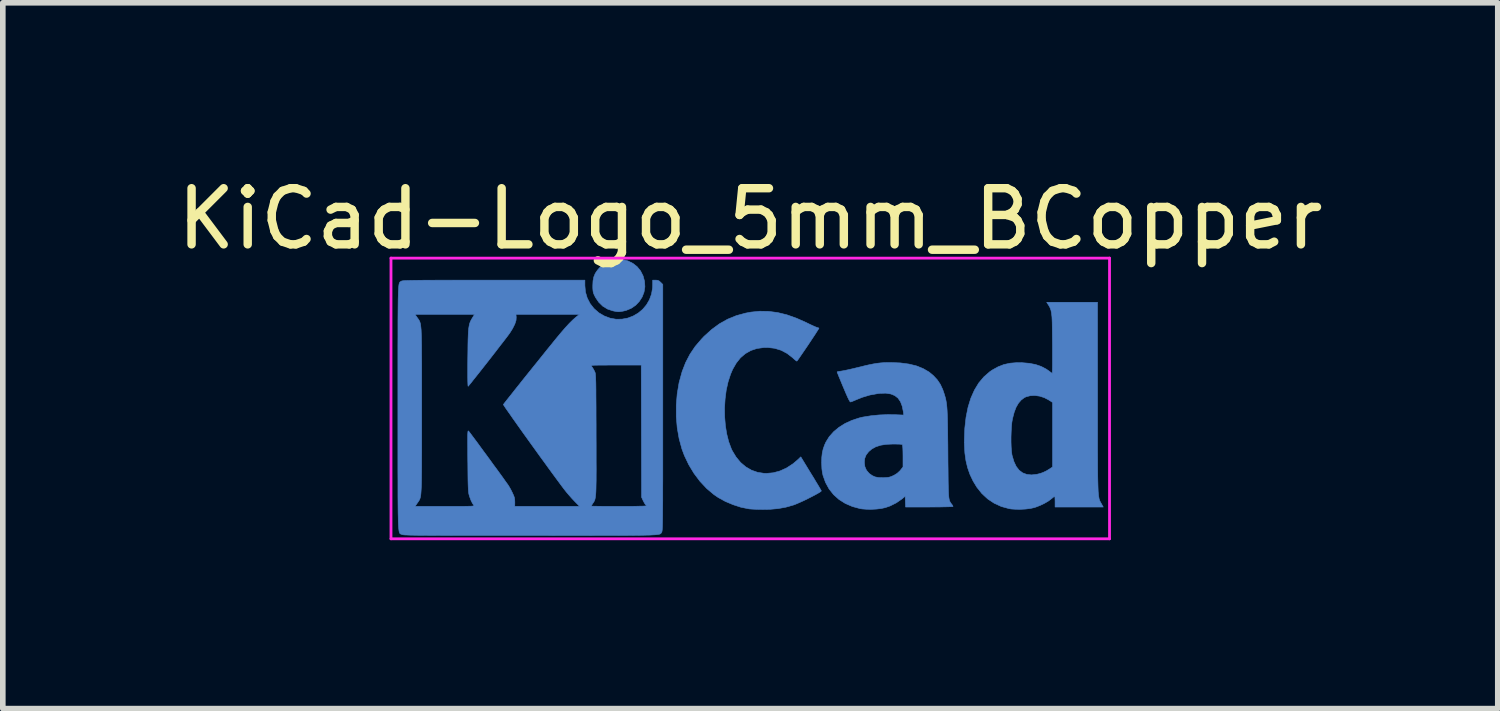
<source format=kicad_pcb>
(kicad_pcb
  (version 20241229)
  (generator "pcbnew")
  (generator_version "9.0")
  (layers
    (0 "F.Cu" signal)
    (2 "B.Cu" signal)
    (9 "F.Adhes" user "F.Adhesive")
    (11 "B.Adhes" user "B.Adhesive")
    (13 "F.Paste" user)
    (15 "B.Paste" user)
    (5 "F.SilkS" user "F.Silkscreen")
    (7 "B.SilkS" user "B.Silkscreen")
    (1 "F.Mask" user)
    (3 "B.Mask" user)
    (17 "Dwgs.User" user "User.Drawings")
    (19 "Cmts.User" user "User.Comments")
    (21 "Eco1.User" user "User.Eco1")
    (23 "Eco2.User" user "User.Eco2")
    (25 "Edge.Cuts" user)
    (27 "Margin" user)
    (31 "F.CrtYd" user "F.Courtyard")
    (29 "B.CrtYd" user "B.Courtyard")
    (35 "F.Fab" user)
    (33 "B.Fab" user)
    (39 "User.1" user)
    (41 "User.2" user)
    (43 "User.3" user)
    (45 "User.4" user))
  (footprint "KiCad-Logo_5mm_BCopper"
    (layer "F.Cu")
    (at 10.315 4.548)
    (property "Reference" "KiCad-Logo_5mm_BCopper" (at 0 -3.7 0) (layer "F.SilkS") (effects (font (size 1 1) (thickness 0.15))))
    (attr exclude_from_pos_files exclude_from_bom)
    (fp_poly (pts (xy -2.273 -2.973) (xy -2.177 -2.949) (xy -2.09 -2.906) (xy -2.015 -2.847) (xy -1.954 -2.772) (xy -1.909 -2.683) (xy -1.883 -2.586) (xy -1.877 -2.489) (xy -1.892 -2.395) (xy -1.926 -2.307) (xy -1.977 -2.228) (xy -2.042 -2.16) (xy -2.121 -2.106) (xy -2.212 -2.068) (xy -2.263 -2.056) (xy -2.308 -2.048) (xy -2.342 -2.045) (xy -2.375 -2.047) (xy -2.415 -2.054) (xy -2.449 -2.061) (xy -2.542 -2.092) (xy -2.626 -2.143) (xy -2.698 -2.213) (xy -2.756 -2.298) (xy -2.77 -2.326) (xy -2.787 -2.362) (xy -2.797 -2.392) (xy -2.802 -2.425) (xy -2.805 -2.466) (xy -2.805 -2.512) (xy -2.801 -2.596) (xy -2.787 -2.665) (xy -2.762 -2.726) (xy -2.723 -2.784) (xy -2.684 -2.829) (xy -2.612 -2.895) (xy -2.537 -2.94) (xy -2.455 -2.967) (xy -2.377 -2.977) (xy -2.273 -2.973)) (stroke (width 0.01) (type solid)) (fill yes) (layer "B.Cu"))
    (fp_poly (pts (xy 0.328 -2.051) (xy 0.489 -2.03) (xy 0.653 -1.99) (xy 0.822 -1.93) (xy 1 -1.851) (xy 1.011 -1.845) (xy 1.069 -1.817) (xy 1.121 -1.793) (xy 1.162 -1.775) (xy 1.19 -1.764) (xy 1.2 -1.761) (xy 1.219 -1.756) (xy 1.224 -1.752) (xy 1.218 -1.741) (xy 1.202 -1.715) (xy 1.177 -1.676) (xy 1.145 -1.626) (xy 1.107 -1.569) (xy 1.066 -1.507) (xy 1.023 -1.442) (xy 0.98 -1.379) (xy 0.939 -1.319) (xy 0.902 -1.265) (xy 0.871 -1.22) (xy 0.847 -1.186) (xy 0.832 -1.167) (xy 0.83 -1.165) (xy 0.82 -1.17) (xy 0.798 -1.187) (xy 0.767 -1.214) (xy 0.752 -1.228) (xy 0.655 -1.303) (xy 0.548 -1.359) (xy 0.433 -1.394) (xy 0.31 -1.408) (xy 0.241 -1.407) (xy 0.119 -1.39) (xy 0.01 -1.354) (xy -0.087 -1.299) (xy -0.174 -1.225) (xy -0.249 -1.131) (xy -0.314 -1.018) (xy -0.351 -0.931) (xy -0.395 -0.796) (xy -0.428 -0.648) (xy -0.448 -0.493) (xy -0.458 -0.333) (xy -0.456 -0.173) (xy -0.443 -0.016) (xy -0.419 0.133) (xy -0.384 0.271) (xy -0.338 0.395) (xy -0.322 0.429) (xy -0.253 0.543) (xy -0.173 0.64) (xy -0.081 0.718) (xy 0.02 0.777) (xy 0.13 0.816) (xy 0.247 0.834) (xy 0.289 0.835) (xy 0.41 0.824) (xy 0.531 0.791) (xy 0.649 0.737) (xy 0.762 0.663) (xy 0.854 0.585) (xy 0.9 0.54) (xy 1.081 0.837) (xy 1.127 0.911) (xy 1.168 0.98) (xy 1.204 1.039) (xy 1.233 1.088) (xy 1.254 1.124) (xy 1.265 1.144) (xy 1.266 1.147) (xy 1.258 1.157) (xy 1.233 1.174) (xy 1.193 1.197) (xy 1.142 1.225) (xy 1.084 1.255) (xy 1.021 1.287) (xy 0.958 1.318) (xy 0.896 1.346) (xy 0.839 1.371) (xy 0.791 1.391) (xy 0.768 1.399) (xy 0.634 1.437) (xy 0.496 1.462) (xy 0.349 1.475) (xy 0.222 1.477) (xy 0.154 1.476) (xy 0.088 1.474) (xy 0.031 1.471) (xy -0.013 1.468) (xy -0.027 1.466) (xy -0.166 1.438) (xy -0.307 1.392) (xy -0.445 1.334) (xy -0.572 1.264) (xy -0.649 1.211) (xy -0.777 1.103) (xy -0.895 0.977) (xy -1.002 0.835) (xy -1.095 0.681) (xy -1.173 0.518) (xy -1.217 0.401) (xy -1.267 0.217) (xy -1.301 0.023) (xy -1.318 -0.179) (xy -1.318 -0.382) (xy -1.301 -0.584) (xy -1.268 -0.781) (xy -1.217 -0.967) (xy -1.214 -0.978) (xy -1.151 -1.14) (xy -1.074 -1.288) (xy -0.981 -1.426) (xy -0.868 -1.558) (xy -0.825 -1.604) (xy -0.688 -1.728) (xy -0.549 -1.83) (xy -0.403 -1.912) (xy -0.249 -1.975) (xy -0.084 -2.02) (xy 0.011 -2.038) (xy 0.17 -2.054) (xy 0.328 -2.051)) (stroke (width 0.01) (type solid)) (fill yes) (layer "B.Cu"))
    (fp_poly (pts (xy 6.187 -0.528) (xy 6.187 -0.293) (xy 6.187 -0.08) (xy 6.187 0.112) (xy 6.187 0.285) (xy 6.187 0.441) (xy 6.188 0.579) (xy 6.188 0.701) (xy 6.189 0.808) (xy 6.19 0.901) (xy 6.192 0.982) (xy 6.194 1.051) (xy 6.196 1.11) (xy 6.198 1.159) (xy 6.202 1.2) (xy 6.205 1.234) (xy 6.21 1.262) (xy 6.214 1.285) (xy 6.22 1.304) (xy 6.226 1.321) (xy 6.233 1.335) (xy 6.24 1.349) (xy 6.249 1.364) (xy 6.254 1.373) (xy 6.288 1.434) (xy 5.43 1.434) (xy 5.43 1.338) (xy 5.429 1.294) (xy 5.427 1.261) (xy 5.424 1.243) (xy 5.423 1.242) (xy 5.412 1.249) (xy 5.389 1.267) (xy 5.366 1.286) (xy 5.312 1.327) (xy 5.242 1.368) (xy 5.165 1.405) (xy 5.088 1.435) (xy 5.057 1.445) (xy 4.989 1.46) (xy 4.906 1.47) (xy 4.816 1.475) (xy 4.728 1.474) (xy 4.649 1.469) (xy 4.612 1.463) (xy 4.473 1.425) (xy 4.346 1.367) (xy 4.23 1.29) (xy 4.127 1.195) (xy 4.036 1.081) (xy 3.969 0.97) (xy 3.914 0.854) (xy 3.872 0.734) (xy 3.842 0.608) (xy 3.823 0.472) (xy 3.815 0.32) (xy 3.814 0.243) (xy 3.816 0.186) (xy 4.645 0.186) (xy 4.645 0.279) (xy 4.648 0.367) (xy 4.654 0.444) (xy 4.662 0.505) (xy 4.665 0.517) (xy 4.697 0.625) (xy 4.738 0.712) (xy 4.79 0.779) (xy 4.853 0.826) (xy 4.926 0.853) (xy 5.011 0.862) (xy 5.107 0.851) (xy 5.17 0.835) (xy 5.219 0.817) (xy 5.274 0.791) (xy 5.314 0.767) (xy 5.385 0.721) (xy 5.385 -0.429) (xy 5.317 -0.473) (xy 5.239 -0.514) (xy 5.155 -0.541) (xy 5.07 -0.553) (xy 4.988 -0.549) (xy 4.915 -0.53) (xy 4.883 -0.515) (xy 4.826 -0.472) (xy 4.777 -0.415) (xy 4.735 -0.342) (xy 4.701 -0.252) (xy 4.672 -0.141) (xy 4.671 -0.135) (xy 4.66 -0.073) (xy 4.653 0.005) (xy 4.648 0.093) (xy 4.645 0.186) (xy 3.816 0.186) (xy 3.822 0.03) (xy 3.844 -0.166) (xy 3.88 -0.345) (xy 3.93 -0.506) (xy 3.994 -0.65) (xy 4.071 -0.777) (xy 4.163 -0.886) (xy 4.268 -0.977) (xy 4.314 -1.008) (xy 4.415 -1.064) (xy 4.518 -1.104) (xy 4.628 -1.128) (xy 4.749 -1.138) (xy 4.842 -1.137) (xy 4.971 -1.126) (xy 5.084 -1.104) (xy 5.183 -1.07) (xy 5.271 -1.024) (xy 5.32 -0.99) (xy 5.349 -0.968) (xy 5.371 -0.953) (xy 5.379 -0.948) (xy 5.381 -0.959) (xy 5.382 -0.99) (xy 5.383 -1.037) (xy 5.384 -1.1) (xy 5.384 -1.173) (xy 5.384 -1.256) (xy 5.384 -1.344) (xy 5.384 -1.436) (xy 5.383 -1.528) (xy 5.382 -1.618) (xy 5.381 -1.704) (xy 5.38 -1.781) (xy 5.379 -1.848) (xy 5.377 -1.902) (xy 5.375 -1.94) (xy 5.375 -1.947) (xy 5.367 -2.018) (xy 5.356 -2.073) (xy 5.338 -2.12) (xy 5.312 -2.166) (xy 5.305 -2.176) (xy 5.281 -2.213) (xy 6.186 -2.213) (xy 6.187 -0.528)) (stroke (width 0.01) (type solid)) (fill yes) (layer "B.Cu"))
    (fp_poly (pts (xy 2.674 -1.133) (xy 2.825 -1.113) (xy 2.961 -1.08) (xy 3.08 -1.032) (xy 3.185 -0.971) (xy 3.262 -0.907) (xy 3.331 -0.833) (xy 3.385 -0.753) (xy 3.428 -0.661) (xy 3.443 -0.618) (xy 3.456 -0.579) (xy 3.467 -0.543) (xy 3.477 -0.508) (xy 3.485 -0.472) (xy 3.492 -0.433) (xy 3.498 -0.39) (xy 3.503 -0.34) (xy 3.507 -0.283) (xy 3.51 -0.215) (xy 3.513 -0.136) (xy 3.515 -0.043) (xy 3.517 0.066) (xy 3.518 0.192) (xy 3.52 0.337) (xy 3.521 0.48) (xy 3.522 0.636) (xy 3.524 0.771) (xy 3.525 0.887) (xy 3.526 0.986) (xy 3.528 1.068) (xy 3.53 1.136) (xy 3.532 1.192) (xy 3.535 1.236) (xy 3.539 1.271) (xy 3.544 1.299) (xy 3.55 1.321) (xy 3.557 1.338) (xy 3.565 1.352) (xy 3.574 1.366) (xy 3.585 1.38) (xy 3.59 1.385) (xy 3.605 1.408) (xy 3.612 1.423) (xy 3.612 1.424) (xy 3.602 1.426) (xy 3.571 1.428) (xy 3.522 1.43) (xy 3.458 1.431) (xy 3.382 1.433) (xy 3.295 1.433) (xy 3.2 1.434) (xy 3.19 1.434) (xy 2.767 1.434) (xy 2.763 1.338) (xy 2.76 1.242) (xy 2.698 1.293) (xy 2.601 1.36) (xy 2.491 1.415) (xy 2.404 1.445) (xy 2.335 1.46) (xy 2.252 1.47) (xy 2.162 1.475) (xy 2.074 1.474) (xy 1.995 1.468) (xy 1.959 1.463) (xy 1.819 1.425) (xy 1.692 1.37) (xy 1.58 1.299) (xy 1.484 1.213) (xy 1.404 1.112) (xy 1.341 0.997) (xy 1.296 0.871) (xy 1.284 0.814) (xy 1.276 0.752) (xy 1.273 0.677) (xy 1.272 0.643) (xy 1.272 0.64) (xy 2.032 0.64) (xy 2.042 0.715) (xy 2.07 0.779) (xy 2.118 0.835) (xy 2.123 0.839) (xy 2.172 0.874) (xy 2.223 0.897) (xy 2.284 0.909) (xy 2.359 0.911) (xy 2.377 0.911) (xy 2.431 0.908) (xy 2.471 0.903) (xy 2.506 0.893) (xy 2.545 0.876) (xy 2.556 0.871) (xy 2.616 0.835) (xy 2.663 0.792) (xy 2.676 0.777) (xy 2.721 0.72) (xy 2.721 0.525) (xy 2.72 0.446) (xy 2.718 0.388) (xy 2.715 0.349) (xy 2.711 0.327) (xy 2.707 0.32) (xy 2.691 0.317) (xy 2.657 0.314) (xy 2.61 0.313) (xy 2.555 0.312) (xy 2.546 0.312) (xy 2.425 0.317) (xy 2.323 0.333) (xy 2.236 0.361) (xy 2.164 0.401) (xy 2.109 0.448) (xy 2.064 0.506) (xy 2.039 0.569) (xy 2.032 0.64) (xy 1.272 0.64) (xy 1.274 0.55) (xy 1.283 0.471) (xy 1.299 0.4) (xy 1.324 0.329) (xy 1.348 0.276) (xy 1.407 0.181) (xy 1.485 0.093) (xy 1.58 0.014) (xy 1.69 -0.055) (xy 1.813 -0.111) (xy 1.945 -0.154) (xy 2.009 -0.169) (xy 2.146 -0.191) (xy 2.294 -0.206) (xy 2.446 -0.212) (xy 2.572 -0.211) (xy 2.734 -0.204) (xy 2.727 -0.263) (xy 2.707 -0.362) (xy 2.676 -0.443) (xy 2.632 -0.506) (xy 2.575 -0.551) (xy 2.503 -0.58) (xy 2.416 -0.594) (xy 2.313 -0.591) (xy 2.275 -0.587) (xy 2.134 -0.562) (xy 1.997 -0.521) (xy 1.902 -0.483) (xy 1.857 -0.464) (xy 1.819 -0.448) (xy 1.792 -0.439) (xy 1.785 -0.437) (xy 1.775 -0.446) (xy 1.758 -0.475) (xy 1.734 -0.524) (xy 1.703 -0.594) (xy 1.665 -0.684) (xy 1.658 -0.7) (xy 1.628 -0.772) (xy 1.601 -0.838) (xy 1.578 -0.893) (xy 1.561 -0.936) (xy 1.55 -0.963) (xy 1.547 -0.972) (xy 1.557 -0.977) (xy 1.583 -0.982) (xy 1.611 -0.986) (xy 1.642 -0.991) (xy 1.689 -1) (xy 1.751 -1.013) (xy 1.821 -1.029) (xy 1.896 -1.047) (xy 1.925 -1.054) (xy 2.03 -1.08) (xy 2.117 -1.1) (xy 2.192 -1.115) (xy 2.258 -1.126) (xy 2.319 -1.133) (xy 2.381 -1.138) (xy 2.446 -1.14) (xy 2.504 -1.14) (xy 2.674 -1.133)) (stroke (width 0.01) (type solid)) (fill yes) (layer "B.Cu"))
    (fp_poly (pts (xy -2.946 -2.511) (xy -2.936 -2.397) (xy -2.904 -2.289) (xy -2.853 -2.19) (xy -2.784 -2.102) (xy -2.699 -2.027) (xy -2.602 -1.97) (xy -2.496 -1.93) (xy -2.389 -1.911) (xy -2.283 -1.913) (xy -2.181 -1.932) (xy -2.085 -1.969) (xy -1.996 -2.021) (xy -1.917 -2.087) (xy -1.849 -2.167) (xy -1.796 -2.258) (xy -1.759 -2.359) (xy -1.74 -2.47) (xy -1.738 -2.52) (xy -1.738 -2.608) (xy -1.687 -2.608) (xy -1.65 -2.605) (xy -1.623 -2.593) (xy -1.596 -2.569) (xy -1.558 -2.531) (xy -1.558 -0.339) (xy -1.558 -0.077) (xy -1.558 0.163) (xy -1.558 0.383) (xy -1.558 0.583) (xy -1.558 0.764) (xy -1.558 0.928) (xy -1.559 1.074) (xy -1.559 1.205) (xy -1.559 1.32) (xy -1.56 1.421) (xy -1.561 1.509) (xy -1.561 1.585) (xy -1.562 1.65) (xy -1.563 1.704) (xy -1.564 1.749) (xy -1.565 1.786) (xy -1.567 1.815) (xy -1.568 1.837) (xy -1.57 1.854) (xy -1.572 1.866) (xy -1.574 1.874) (xy -1.576 1.88) (xy -1.577 1.882) (xy -1.581 1.889) (xy -1.585 1.895) (xy -1.589 1.901) (xy -1.594 1.906) (xy -1.601 1.911) (xy -1.611 1.916) (xy -1.625 1.92) (xy -1.645 1.923) (xy -1.669 1.926) (xy -1.701 1.929) (xy -1.741 1.931) (xy -1.789 1.934) (xy -1.846 1.935) (xy -1.914 1.937) (xy -1.994 1.938) (xy -2.085 1.939) (xy -2.19 1.94) (xy -2.309 1.94) (xy -2.443 1.941) (xy -2.593 1.941) (xy -2.76 1.941) (xy -2.945 1.942) (xy -3.149 1.942) (xy -3.372 1.942) (xy -3.616 1.941) (xy -3.881 1.941) (xy -3.92 1.941) (xy -4.187 1.941) (xy -4.432 1.941) (xy -4.657 1.941) (xy -4.861 1.941) (xy -5.047 1.941) (xy -5.215 1.941) (xy -5.366 1.94) (xy -5.501 1.94) (xy -5.62 1.939) (xy -5.725 1.939) (xy -5.817 1.938) (xy -5.896 1.938) (xy -5.964 1.937) (xy -6.021 1.936) (xy -6.069 1.935) (xy -6.107 1.933) (xy -6.138 1.932) (xy -6.162 1.931) (xy -6.18 1.929) (xy -6.192 1.927) (xy -6.201 1.925) (xy -6.205 1.923) (xy -6.214 1.92) (xy -6.221 1.917) (xy -6.229 1.915) (xy -6.235 1.911) (xy -6.241 1.906) (xy -6.246 1.897) (xy -6.251 1.885) (xy -6.255 1.869) (xy -6.259 1.846) (xy -6.262 1.818) (xy -6.265 1.781) (xy -6.268 1.737) (xy -6.27 1.683) (xy -6.271 1.618) (xy -6.273 1.543) (xy -6.274 1.455) (xy -6.275 1.354) (xy -6.276 1.239) (xy -6.276 1.11) (xy -6.276 0.964) (xy -6.277 0.802) (xy -6.277 0.621) (xy -6.277 0.422) (xy -6.277 0.204) (xy -6.277 -0.035) (xy -6.277 -0.296) (xy -6.277 -0.338) (xy -6.277 -0.601) (xy -6.277 -0.842) (xy -6.277 -1.063) (xy -6.277 -1.264) (xy -6.277 -1.446) (xy -6.276 -1.61) (xy -6.276 -1.757) (xy -6.276 -1.888) (xy -6.275 -1.998) (xy -5.972 -1.998) (xy -5.932 -1.94) (xy -5.921 -1.925) (xy -5.911 -1.911) (xy -5.902 -1.897) (xy -5.894 -1.883) (xy -5.887 -1.868) (xy -5.881 -1.849) (xy -5.875 -1.826) (xy -5.871 -1.798) (xy -5.867 -1.764) (xy -5.863 -1.722) (xy -5.861 -1.67) (xy -5.858 -1.609) (xy -5.857 -1.537) (xy -5.855 -1.452) (xy -5.855 -1.354) (xy -5.854 -1.24) (xy -5.853 -1.111) (xy -5.853 -0.965) (xy -5.853 -0.8) (xy -5.853 -0.616) (xy -5.853 -0.41) (xy -5.853 -0.288) (xy -5.853 -0.071) (xy -5.853 0.125) (xy -5.853 0.3) (xy -5.853 0.456) (xy -5.854 0.595) (xy -5.854 0.717) (xy -5.855 0.823) (xy -5.856 0.915) (xy -5.857 0.994) (xy -5.859 1.062) (xy -5.862 1.118) (xy -5.865 1.165) (xy -5.868 1.204) (xy -5.872 1.235) (xy -5.877 1.261) (xy -5.883 1.282) (xy -5.89 1.299) (xy -5.897 1.314) (xy -5.906 1.327) (xy -5.915 1.341) (xy -5.925 1.356) (xy -5.932 1.365) (xy -5.97 1.422) (xy -5.439 1.422) (xy -5.315 1.422) (xy -5.213 1.422) (xy -5.129 1.422) (xy -5.063 1.421) (xy -5.012 1.42) (xy -4.974 1.419) (xy -4.948 1.417) (xy -4.932 1.415) (xy -4.923 1.412) (xy -4.921 1.408) (xy -4.923 1.404) (xy -4.925 1.403) (xy -4.95 1.366) (xy -4.976 1.313) (xy -4.999 1.251) (xy -5.007 1.224) (xy -5.012 1.206) (xy -5.016 1.185) (xy -5.019 1.159) (xy -5.022 1.126) (xy -5.024 1.083) (xy -5.026 1.028) (xy -5.028 0.96) (xy -5.029 0.877) (xy -5.03 0.775) (xy -5.031 0.654) (xy -5.032 0.61) (xy -5.033 0.484) (xy -5.033 0.38) (xy -5.034 0.295) (xy -5.034 0.227) (xy -5.034 0.174) (xy -5.033 0.135) (xy -5.031 0.107) (xy -5.029 0.09) (xy -5.027 0.081) (xy -5.023 0.078) (xy -5.019 0.08) (xy -5.015 0.085) (xy -5.004 0.098) (xy -4.982 0.127) (xy -4.95 0.17) (xy -4.909 0.225) (xy -4.861 0.289) (xy -4.808 0.362) (xy -4.751 0.44) (xy -4.691 0.521) (xy -4.631 0.603) (xy -4.572 0.685) (xy -4.514 0.763) (xy -4.461 0.836) (xy -4.413 0.902) (xy -4.373 0.959) (xy -4.341 1.004) (xy -4.318 1.035) (xy -4.314 1.041) (xy -4.291 1.078) (xy -4.264 1.126) (xy -4.239 1.176) (xy -4.236 1.183) (xy -4.214 1.231) (xy -4.201 1.268) (xy -4.196 1.304) (xy -4.194 1.346) (xy -4.195 1.422) (xy -3.041 1.422) (xy -3.132 1.329) (xy -3.179 1.279) (xy -3.229 1.222) (xy -3.275 1.168) (xy -3.295 1.143) (xy -3.326 1.103) (xy -3.366 1.05) (xy -3.414 0.985) (xy -3.47 0.909) (xy -3.532 0.825) (xy -3.599 0.733) (xy -3.669 0.636) (xy -3.743 0.535) (xy -3.817 0.432) (xy -3.892 0.328) (xy -3.966 0.225) (xy -4.038 0.125) (xy -4.106 0.029) (xy -4.17 -0.061) (xy -4.229 -0.144) (xy -4.28 -0.218) (xy -4.324 -0.28) (xy -4.359 -0.33) (xy -4.383 -0.367) (xy -4.396 -0.387) (xy -4.398 -0.391) (xy -4.39 -0.403) (xy -4.369 -0.43) (xy -4.337 -0.471) (xy -4.294 -0.525) (xy -4.243 -0.589) (xy -4.185 -0.663) (xy -4.12 -0.744) (xy -4.051 -0.831) (xy -3.979 -0.921) (xy -3.904 -1.014) (xy -3.845 -1.088) (xy -2.834 -1.088) (xy -2.828 -1.075) (xy -2.813 -1.053) (xy -2.812 -1.052) (xy -2.793 -1.021) (xy -2.774 -0.985) (xy -2.77 -0.976) (xy -2.766 -0.968) (xy -2.763 -0.958) (xy -2.76 -0.945) (xy -2.758 -0.927) (xy -2.756 -0.904) (xy -2.754 -0.873) (xy -2.753 -0.833) (xy -2.751 -0.784) (xy -2.75 -0.723) (xy -2.749 -0.649) (xy -2.749 -0.561) (xy -2.748 -0.457) (xy -2.747 -0.337) (xy -2.747 -0.198) (xy -2.746 -0.039) (xy -2.746 0.14) (xy -2.745 0.325) (xy -2.745 0.489) (xy -2.745 0.633) (xy -2.744 0.759) (xy -2.745 0.868) (xy -2.745 0.961) (xy -2.747 1.04) (xy -2.748 1.106) (xy -2.75 1.161) (xy -2.753 1.206) (xy -2.757 1.242) (xy -2.761 1.271) (xy -2.766 1.295) (xy -2.772 1.313) (xy -2.779 1.329) (xy -2.787 1.344) (xy -2.797 1.358) (xy -2.805 1.37) (xy -2.822 1.396) (xy -2.832 1.414) (xy -2.834 1.417) (xy -2.823 1.418) (xy -2.791 1.419) (xy -2.742 1.42) (xy -2.677 1.421) (xy -2.599 1.422) (xy -2.51 1.422) (xy -2.411 1.422) (xy -2.342 1.422) (xy -2.237 1.422) (xy -2.141 1.422) (xy -2.054 1.421) (xy -1.98 1.419) (xy -1.921 1.418) (xy -1.879 1.416) (xy -1.855 1.414) (xy -1.851 1.412) (xy -1.859 1.398) (xy -1.867 1.39) (xy -1.88 1.372) (xy -1.897 1.342) (xy -1.909 1.318) (xy -1.936 1.259) (xy -1.939 0.082) (xy -1.942 -1.095) (xy -2.388 -1.095) (xy -2.486 -1.095) (xy -2.576 -1.094) (xy -2.657 -1.094) (xy -2.725 -1.093) (xy -2.779 -1.092) (xy -2.815 -1.09) (xy -2.833 -1.089) (xy -2.834 -1.088) (xy -3.845 -1.088) (xy -3.829 -1.107) (xy -3.755 -1.199) (xy -3.683 -1.289) (xy -3.615 -1.374) (xy -3.551 -1.452) (xy -3.494 -1.523) (xy -3.444 -1.584) (xy -3.403 -1.633) (xy -3.386 -1.654) (xy -3.3 -1.754) (xy -3.223 -1.838) (xy -3.154 -1.906) (xy -3.091 -1.96) (xy -3.082 -1.967) (xy -3.042 -1.998) (xy -4.174 -1.998) (xy -4.169 -1.95) (xy -4.172 -1.893) (xy -4.194 -1.825) (xy -4.234 -1.745) (xy -4.279 -1.673) (xy -4.295 -1.65) (xy -4.323 -1.612) (xy -4.361 -1.562) (xy -4.408 -1.501) (xy -4.462 -1.432) (xy -4.52 -1.356) (xy -4.582 -1.276) (xy -4.646 -1.194) (xy -4.71 -1.112) (xy -4.773 -1.032) (xy -4.832 -0.957) (xy -4.887 -0.888) (xy -4.935 -0.828) (xy -4.974 -0.778) (xy -5.004 -0.742) (xy -5.022 -0.72) (xy -5.025 -0.717) (xy -5.028 -0.725) (xy -5.03 -0.755) (xy -5.032 -0.807) (xy -5.033 -0.881) (xy -5.033 -0.977) (xy -5.033 -1.094) (xy -5.032 -1.214) (xy -5.03 -1.346) (xy -5.029 -1.457) (xy -5.027 -1.551) (xy -5.024 -1.629) (xy -5.021 -1.692) (xy -5.016 -1.745) (xy -5.009 -1.788) (xy -5.002 -1.823) (xy -4.992 -1.854) (xy -4.98 -1.882) (xy -4.965 -1.91) (xy -4.95 -1.935) (xy -4.912 -1.998) (xy -5.972 -1.998) (xy -6.275 -1.998) (xy -6.275 -2.004) (xy -6.274 -2.106) (xy -6.273 -2.195) (xy -6.272 -2.272) (xy -6.27 -2.337) (xy -6.269 -2.393) (xy -6.266 -2.438) (xy -6.264 -2.475) (xy -6.261 -2.505) (xy -6.258 -2.528) (xy -6.254 -2.546) (xy -6.25 -2.559) (xy -6.245 -2.568) (xy -6.24 -2.574) (xy -6.234 -2.579) (xy -6.228 -2.582) (xy -6.222 -2.586) (xy -6.216 -2.589) (xy -6.21 -2.592) (xy -6.202 -2.594) (xy -6.19 -2.596) (xy -6.173 -2.598) (xy -6.149 -2.6) (xy -6.118 -2.601) (xy -6.079 -2.602) (xy -6.03 -2.603) (xy -5.971 -2.604) (xy -5.899 -2.605) (xy -5.815 -2.606) (xy -5.718 -2.606) (xy -5.605 -2.607) (xy -5.476 -2.607) (xy -5.33 -2.607) (xy -5.166 -2.608) (xy -4.982 -2.608) (xy -4.778 -2.608) (xy -4.567 -2.608) (xy -2.946 -2.608) (xy -2.946 -2.511)) (stroke (width 0.01) (type solid)) (fill yes) (layer "B.Cu"))
    (fp_line (start -6.4 -3) (end 6.4 -3) (stroke (width 0.05) (type solid)) (layer "F.CrtYd"))
    (fp_line (start -6.4 2) (end -6.4 -3) (stroke (width 0.05) (type solid)) (layer "F.CrtYd"))
    (fp_line (start 6.4 -3) (end 6.4 2) (stroke (width 0.05) (type solid)) (layer "F.CrtYd"))
    (fp_line (start 6.4 2) (end -6.4 2) (stroke (width 0.05) (type solid)) (layer "F.CrtYd")))
  (gr_rect
    (start -3 -3)
    (end 23.631 9.573)
    (stroke (width 0.1) (type default))
    (fill no)
    (layer "Edge.Cuts")))
</source>
